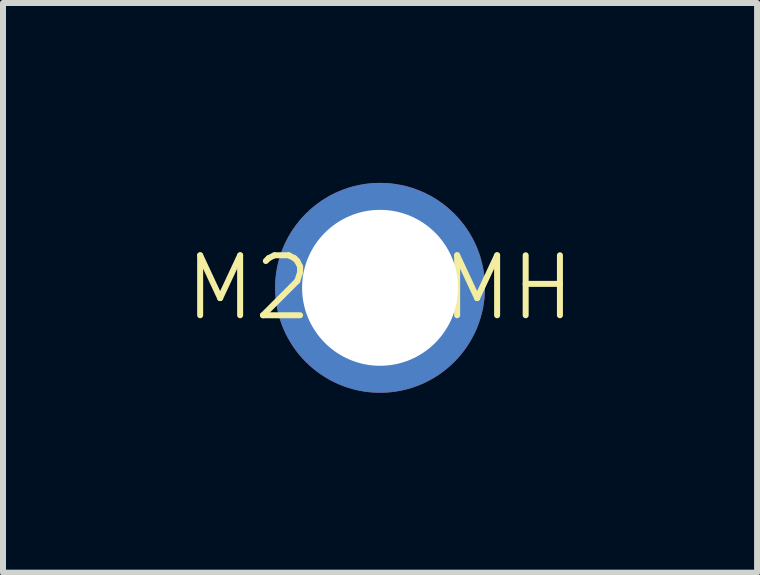
<source format=kicad_pcb>
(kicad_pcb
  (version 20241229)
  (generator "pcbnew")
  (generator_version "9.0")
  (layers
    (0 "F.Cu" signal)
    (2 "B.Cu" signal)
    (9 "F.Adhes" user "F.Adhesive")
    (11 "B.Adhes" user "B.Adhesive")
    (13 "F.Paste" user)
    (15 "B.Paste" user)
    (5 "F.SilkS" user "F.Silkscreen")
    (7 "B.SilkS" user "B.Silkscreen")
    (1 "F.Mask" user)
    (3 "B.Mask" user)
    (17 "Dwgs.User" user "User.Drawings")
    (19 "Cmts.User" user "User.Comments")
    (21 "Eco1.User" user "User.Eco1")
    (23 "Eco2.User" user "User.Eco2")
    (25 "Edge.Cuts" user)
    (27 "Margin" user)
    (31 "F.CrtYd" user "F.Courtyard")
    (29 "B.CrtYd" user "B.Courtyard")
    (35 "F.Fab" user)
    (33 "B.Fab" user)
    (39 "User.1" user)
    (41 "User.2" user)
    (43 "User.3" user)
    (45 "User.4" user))
  (footprint "M2.5_MH"
    (layer "F.Cu")
    (at 3.288 1.75)
    (property "Reference" "M2.5_MH" (at 0 0 0) (unlocked yes) (layer "F.SilkS") (effects (font (size 1 1) (thickness 0.1))))
    (attr through_hole)
    (pad "1" thru_hole circle (at 0 0) (size 3.5 3.5) (drill 2.6) (layers "*.Cu" "*.Mask")))
  (gr_rect
    (start -3 -3)
    (end 9.576 6.5)
    (stroke (width 0.1) (type default))
    (fill no)
    (layer "Edge.Cuts")))
</source>
